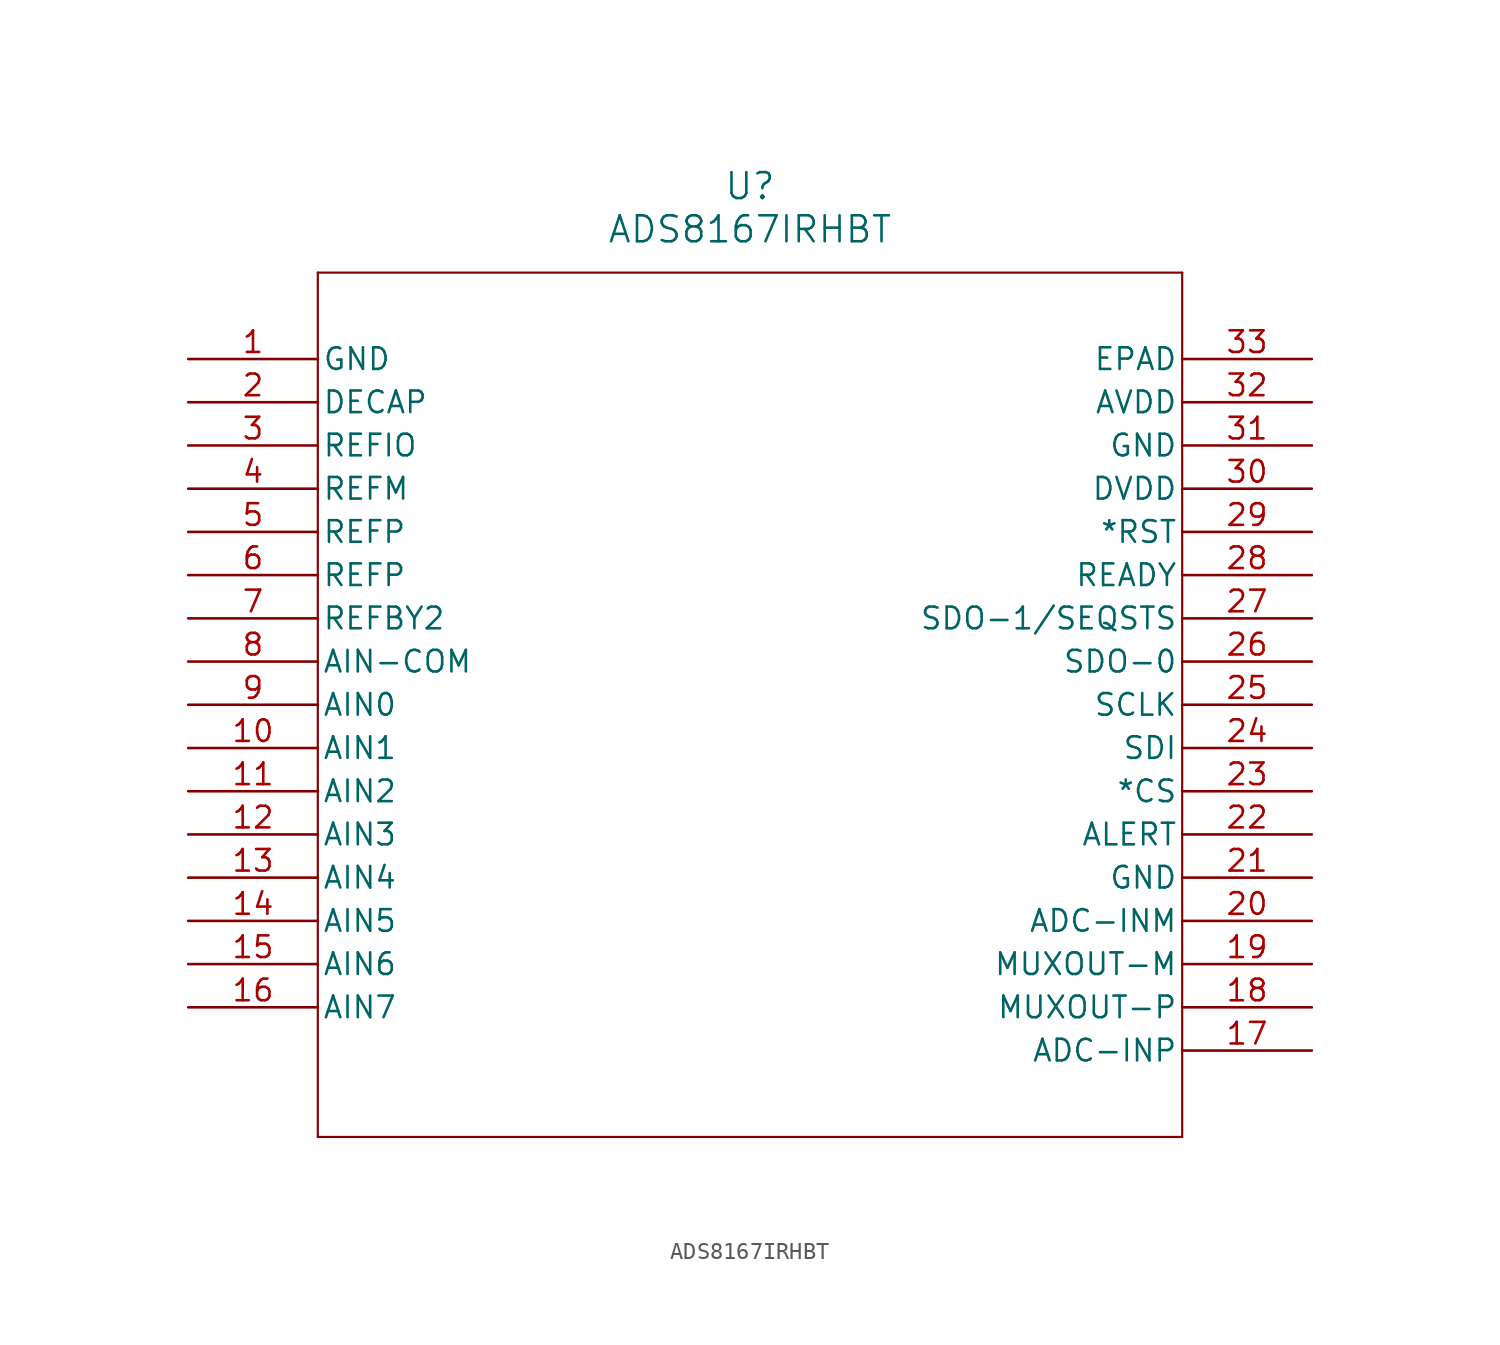
<source format=kicad_sym>
(kicad_symbol_lib
  (version 20211014)
  (generator kicad_symbol_editor)
  (symbol "ADS8167IRHBT"
    (pin_names
      (offset 0.254))
    (property "Reference" "U"
      (at 33.02 10.16 0)
      (effects (font (size 1.524 1.524))))
    (property "Value" "ADS8167IRHBT"
      (at 33.02 7.62 0)
      (effects (font (size 1.524 1.524))))
    (symbol "ADS8167IRHBT_0_1"
      (polyline (pts (xy 7.62 5.08) (xy 7.62 -45.72)) (stroke (width 0.127) (type default) (color 0 0 0 0)) (fill (type none)))
      (polyline (pts (xy 7.62 -45.72) (xy 58.42 -45.72)) (stroke (width 0.127) (type default) (color 0 0 0 0)) (fill (type none)))
      (polyline (pts (xy 58.42 -45.72) (xy 58.42 5.08)) (stroke (width 0.127) (type default) (color 0 0 0 0)) (fill (type none)))
      (polyline (pts (xy 58.42 5.08) (xy 7.62 5.08)) (stroke (width 0.127) (type default) (color 0 0 0 0)) (fill (type none)))
      (pin power_in line (at 0 0 0) (length 7.62) (name "GND" (effects (font (size 1.27 1.27)))) (number "1" (effects (font (size 1.27 1.27)))))
      (pin power_in line (at 0 -2.54 0) (length 7.62) (name "DECAP" (effects (font (size 1.27 1.27)))) (number "2" (effects (font (size 1.27 1.27)))))
      (pin bidirectional line (at 0 -5.08 0) (length 7.62) (name "REFIO" (effects (font (size 1.27 1.27)))) (number "3" (effects (font (size 1.27 1.27)))))
      (pin input line (at 0 -7.62 0) (length 7.62) (name "REFM" (effects (font (size 1.27 1.27)))) (number "4" (effects (font (size 1.27 1.27)))))
      (pin bidirectional line (at 0 -10.16 0) (length 7.62) (name "REFP" (effects (font (size 1.27 1.27)))) (number "5" (effects (font (size 1.27 1.27)))))
      (pin bidirectional line (at 0 -12.7 0) (length 7.62) (name "REFP" (effects (font (size 1.27 1.27)))) (number "6" (effects (font (size 1.27 1.27)))))
      (pin output line (at 0 -15.24 0) (length 7.62) (name "REFBY2" (effects (font (size 1.27 1.27)))) (number "7" (effects (font (size 1.27 1.27)))))
      (pin input line (at 0 -17.78 0) (length 7.62) (name "AIN-COM" (effects (font (size 1.27 1.27)))) (number "8" (effects (font (size 1.27 1.27)))))
      (pin input line (at 0 -20.32 0) (length 7.62) (name "AIN0" (effects (font (size 1.27 1.27)))) (number "9" (effects (font (size 1.27 1.27)))))
      (pin input line (at 0 -22.86 0) (length 7.62) (name "AIN1" (effects (font (size 1.27 1.27)))) (number "10" (effects (font (size 1.27 1.27)))))
      (pin input line (at 0 -25.4 0) (length 7.62) (name "AIN2" (effects (font (size 1.27 1.27)))) (number "11" (effects (font (size 1.27 1.27)))))
      (pin input line (at 0 -27.94 0) (length 7.62) (name "AIN3" (effects (font (size 1.27 1.27)))) (number "12" (effects (font (size 1.27 1.27)))))
      (pin input line (at 0 -30.48 0) (length 7.62) (name "AIN4" (effects (font (size 1.27 1.27)))) (number "13" (effects (font (size 1.27 1.27)))))
      (pin input line (at 0 -33.02 0) (length 7.62) (name "AIN5" (effects (font (size 1.27 1.27)))) (number "14" (effects (font (size 1.27 1.27)))))
      (pin input line (at 0 -35.56 0) (length 7.62) (name "AIN6" (effects (font (size 1.27 1.27)))) (number "15" (effects (font (size 1.27 1.27)))))
      (pin input line (at 0 -38.1 0) (length 7.62) (name "AIN7" (effects (font (size 1.27 1.27)))) (number "16" (effects (font (size 1.27 1.27)))))
      (pin input line (at 66.04 -40.64 180) (length 7.62) (name "ADC-INP" (effects (font (size 1.27 1.27)))) (number "17" (effects (font (size 1.27 1.27)))))
      (pin output line (at 66.04 -38.1 180) (length 7.62) (name "MUXOUT-P" (effects (font (size 1.27 1.27)))) (number "18" (effects (font (size 1.27 1.27)))))
      (pin output line (at 66.04 -35.56 180) (length 7.62) (name "MUXOUT-M" (effects (font (size 1.27 1.27)))) (number "19" (effects (font (size 1.27 1.27)))))
      (pin input line (at 66.04 -33.02 180) (length 7.62) (name "ADC-INM" (effects (font (size 1.27 1.27)))) (number "20" (effects (font (size 1.27 1.27)))))
      (pin power_in line (at 66.04 -30.48 180) (length 7.62) (name "GND" (effects (font (size 1.27 1.27)))) (number "21" (effects (font (size 1.27 1.27)))))
      (pin output line (at 66.04 -27.94 180) (length 7.62) (name "ALERT" (effects (font (size 1.27 1.27)))) (number "22" (effects (font (size 1.27 1.27)))))
      (pin input line (at 66.04 -25.4 180) (length 7.62) (name "*CS" (effects (font (size 1.27 1.27)))) (number "23" (effects (font (size 1.27 1.27)))))
      (pin input line (at 66.04 -22.86 180) (length 7.62) (name "SDI" (effects (font (size 1.27 1.27)))) (number "24" (effects (font (size 1.27 1.27)))))
      (pin input line (at 66.04 -20.32 180) (length 7.62) (name "SCLK" (effects (font (size 1.27 1.27)))) (number "25" (effects (font (size 1.27 1.27)))))
      (pin output line (at 66.04 -17.78 180) (length 7.62) (name "SDO-0" (effects (font (size 1.27 1.27)))) (number "26" (effects (font (size 1.27 1.27)))))
      (pin output line (at 66.04 -15.24 180) (length 7.62) (name "SDO-1/SEQSTS" (effects (font (size 1.27 1.27)))) (number "27" (effects (font (size 1.27 1.27)))))
      (pin output line (at 66.04 -12.7 180) (length 7.62) (name "READY" (effects (font (size 1.27 1.27)))) (number "28" (effects (font (size 1.27 1.27)))))
      (pin input line (at 66.04 -10.16 180) (length 7.62) (name "*RST" (effects (font (size 1.27 1.27)))) (number "29" (effects (font (size 1.27 1.27)))))
      (pin power_in line (at 66.04 -7.62 180) (length 7.62) (name "DVDD" (effects (font (size 1.27 1.27)))) (number "30" (effects (font (size 1.27 1.27)))))
      (pin power_in line (at 66.04 -5.08 180) (length 7.62) (name "GND" (effects (font (size 1.27 1.27)))) (number "31" (effects (font (size 1.27 1.27)))))
      (pin power_in line (at 66.04 -2.54 180) (length 7.62) (name "AVDD" (effects (font (size 1.27 1.27)))) (number "32" (effects (font (size 1.27 1.27)))))
      (pin unspecified line (at 66.04 0 180) (length 7.62) (name "EPAD" (effects (font (size 1.27 1.27)))) (number "33" (effects (font (size 1.27 1.27))))))))
</source>
